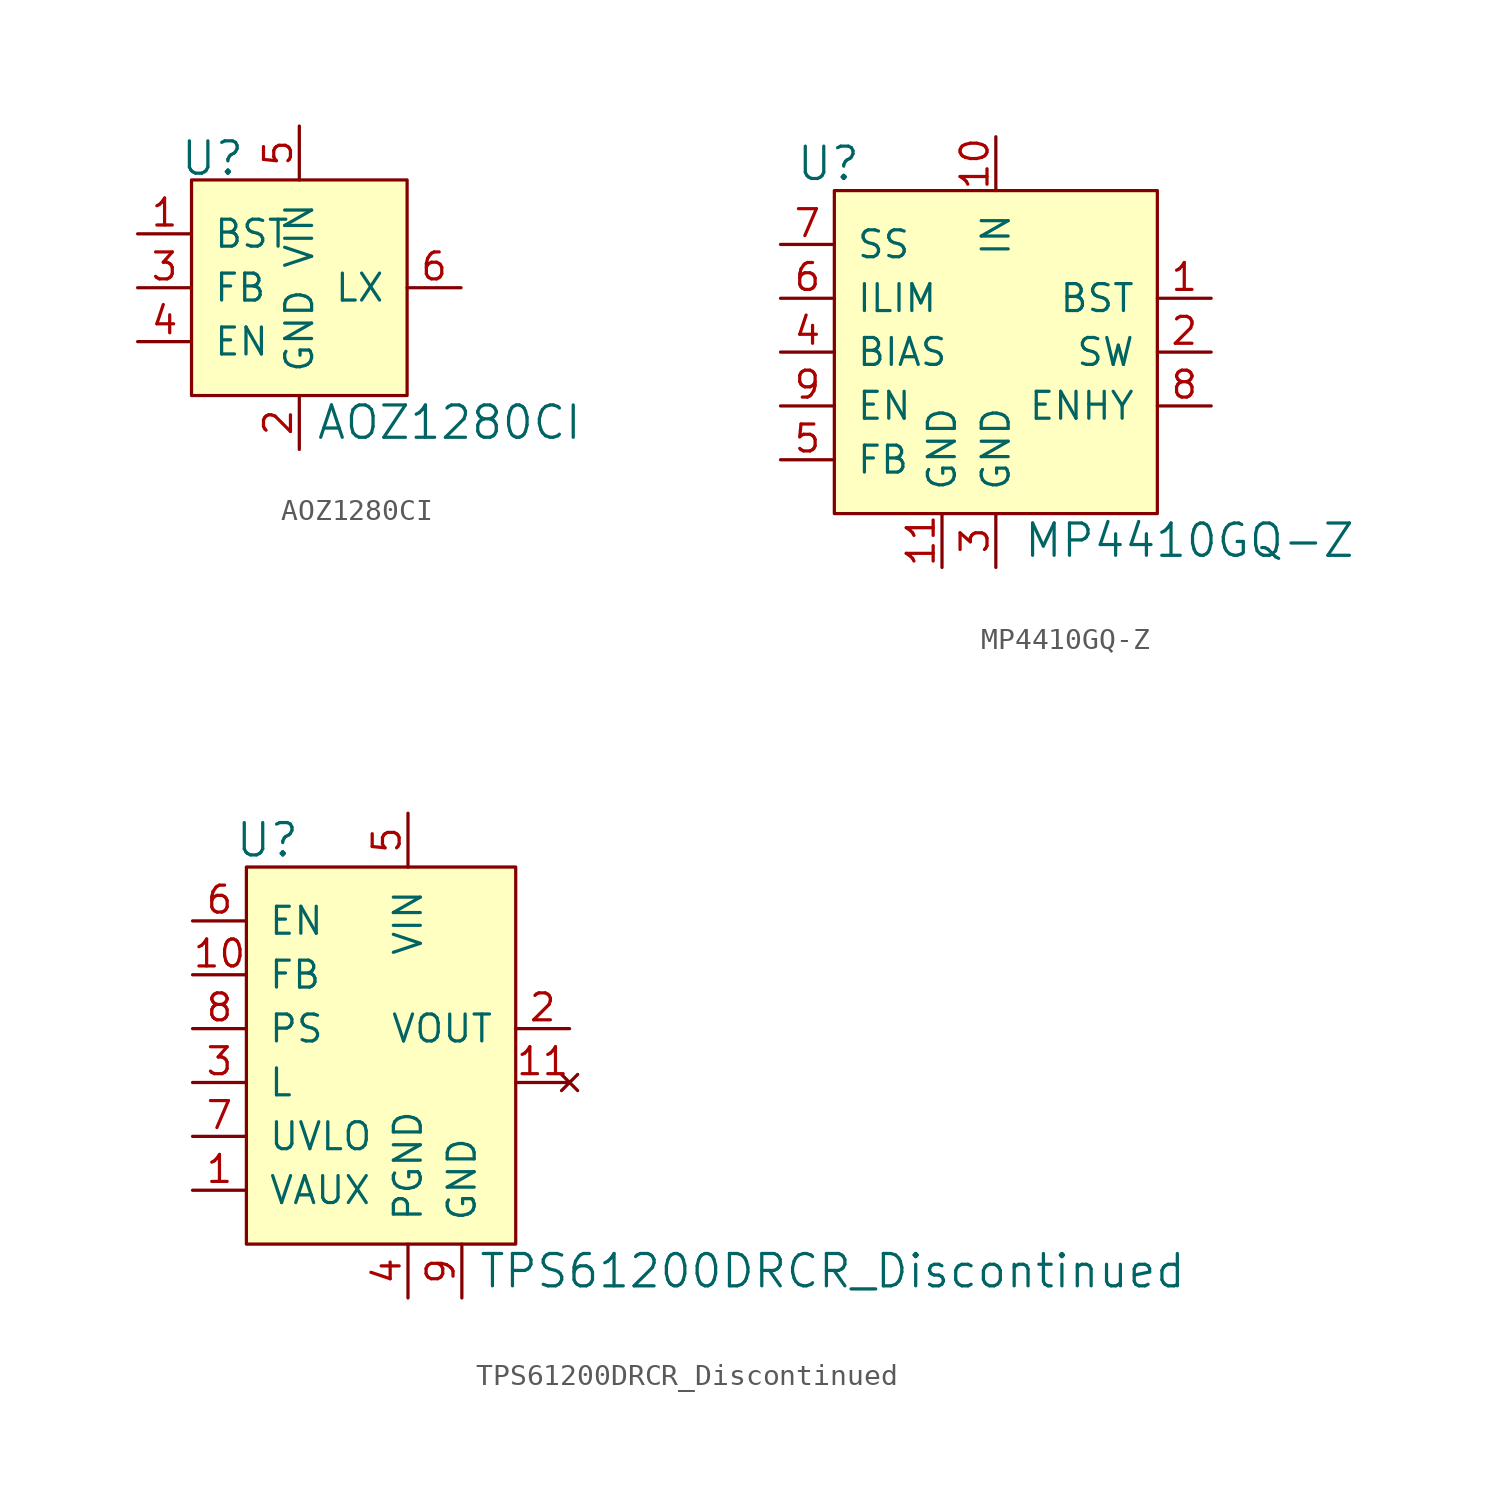
<source format=kicad_sym>
(kicad_symbol_lib
  (version 20211014)
  (generator kicad_symbol_editor)
  (symbol "AOZ1280CI"
    (pin_names
      (offset 1.016))
    (property "Reference" "U"
      (at -2.54 3.556 0)
      (effects (font (size 1.524 1.524)) (justify right)))
    (property "Value" "AOZ1280CI"
      (at 0.762 -8.89 0)
      (effects (font (size 1.524 1.524)) (justify left)))
    (symbol "AOZ1280CI_0_1"
      (rectangle (start -5.08 2.54) (end 5.08 -7.62) (stroke (width 0) (type default) (color 0 0 0 0)) (fill (type background))))
    (symbol "AOZ1280CI_1_1"
      (pin passive line (at -7.62 0 0) (length 2.54) (name "BST" (effects (font (size 1.27 1.27)))) (number "1" (effects (font (size 1.27 1.27)))))
      (pin power_in line (at 0 -10.16 90) (length 2.54) (name "GND" (effects (font (size 1.27 1.27)))) (number "2" (effects (font (size 1.27 1.27)))))
      (pin passive line (at -7.62 -2.54 0) (length 2.54) (name "FB" (effects (font (size 1.27 1.27)))) (number "3" (effects (font (size 1.27 1.27)))))
      (pin input line (at -7.62 -5.08 0) (length 2.54) (name "EN" (effects (font (size 1.27 1.27)))) (number "4" (effects (font (size 1.27 1.27)))))
      (pin power_in line (at 0 5.08 270) (length 2.54) (name "VIN" (effects (font (size 1.27 1.27)))) (number "5" (effects (font (size 1.27 1.27)))))
      (pin output line (at 7.62 -2.54 180) (length 2.54) (name "LX" (effects (font (size 1.27 1.27)))) (number "6" (effects (font (size 1.27 1.27)))))))
  (symbol "MP4410GQ-Z"
    (pin_names
      (offset 1.016))
    (property "Reference" "U"
      (at -6.35 8.89 0)
      (effects (font (size 1.524 1.524)) (justify right)))
    (property "Value" "MP4410GQ-Z"
      (at 1.27 -8.89 0)
      (effects (font (size 1.524 1.524)) (justify left)))
    (symbol "MP4410GQ-Z_0_1"
      (rectangle (start -7.62 7.62) (end 7.62 -7.62) (stroke (width 0) (type default) (color 0 0 0 0)) (fill (type background)))
      (pin output line (at 10.16 2.54 180) (length 2.54) (name "BST" (effects (font (size 1.27 1.27)))) (number "1" (effects (font (size 1.27 1.27)))))
      (pin power_in line (at 0 10.16 270) (length 2.54) (name "IN" (effects (font (size 1.27 1.27)))) (number "10" (effects (font (size 1.27 1.27)))))
      (pin power_in line (at -2.54 -10.16 90) (length 2.54) (name "GND" (effects (font (size 1.27 1.27)))) (number "11" (effects (font (size 1.27 1.27)))))
      (pin output line (at 10.16 0 180) (length 2.54) (name "SW" (effects (font (size 1.27 1.27)))) (number "2" (effects (font (size 1.27 1.27)))))
      (pin power_in line (at 0 -10.16 90) (length 2.54) (name "GND" (effects (font (size 1.27 1.27)))) (number "3" (effects (font (size 1.27 1.27)))))
      (pin input line (at -10.16 0 0) (length 2.54) (name "BIAS" (effects (font (size 1.27 1.27)))) (number "4" (effects (font (size 1.27 1.27)))))
      (pin input line (at -10.16 -5.08 0) (length 2.54) (name "FB" (effects (font (size 1.27 1.27)))) (number "5" (effects (font (size 1.27 1.27)))))
      (pin input line (at -10.16 2.54 0) (length 2.54) (name "ILIM" (effects (font (size 1.27 1.27)))) (number "6" (effects (font (size 1.27 1.27)))))
      (pin input line (at -10.16 5.08 0) (length 2.54) (name "SS" (effects (font (size 1.27 1.27)))) (number "7" (effects (font (size 1.27 1.27)))))
      (pin output line (at 10.16 -2.54 180) (length 2.54) (name "ENHY" (effects (font (size 1.27 1.27)))) (number "8" (effects (font (size 1.27 1.27)))))
      (pin input line (at -10.16 -2.54 0) (length 2.54) (name "EN" (effects (font (size 1.27 1.27)))) (number "9" (effects (font (size 1.27 1.27)))))))
  (symbol "TPS61200DRCR_Discontinued"
    (pin_names
      (offset 1.016))
    (property "Reference" "U"
      (at -5.08 3.81 0)
      (effects (font (size 1.524 1.524)) (justify right)))
    (property "Value" "TPS61200DRCR_Discontinued"
      (at 3.302 -16.51 0)
      (effects (font (size 1.524 1.524)) (justify left)))
    (symbol "TPS61200DRCR_Discontinued_0_1"
      (rectangle (start -7.62 2.54) (end 5.08 -15.24) (stroke (width 0) (type default) (color 0 0 0 0)) (fill (type background))))
    (symbol "TPS61200DRCR_Discontinued_1_1"
      (pin bidirectional line (at -10.16 -12.7 0) (length 2.54) (name "VAUX" (effects (font (size 1.27 1.27)))) (number "1" (effects (font (size 1.27 1.27)))))
      (pin input line (at -10.16 -2.54 0) (length 2.54) (name "FB" (effects (font (size 1.27 1.27)))) (number "10" (effects (font (size 1.27 1.27)))))
      (pin no_connect line (at 7.62 -7.62 180) (length 2.54) (name "~" (effects (font (size 1.27 1.27)))) (number "11" (effects (font (size 1.27 1.27)))))
      (pin output line (at 7.62 -5.08 180) (length 2.54) (name "VOUT" (effects (font (size 1.27 1.27)))) (number "2" (effects (font (size 1.27 1.27)))))
      (pin input line (at -10.16 -7.62 0) (length 2.54) (name "L" (effects (font (size 1.27 1.27)))) (number "3" (effects (font (size 1.27 1.27)))))
      (pin power_in line (at 0 -17.78 90) (length 2.54) (name "PGND" (effects (font (size 1.27 1.27)))) (number "4" (effects (font (size 1.27 1.27)))))
      (pin power_in line (at 0 5.08 270) (length 2.54) (name "VIN" (effects (font (size 1.27 1.27)))) (number "5" (effects (font (size 1.27 1.27)))))
      (pin input line (at -10.16 0 0) (length 2.54) (name "EN" (effects (font (size 1.27 1.27)))) (number "6" (effects (font (size 1.27 1.27)))))
      (pin input line (at -10.16 -10.16 0) (length 2.54) (name "UVLO" (effects (font (size 1.27 1.27)))) (number "7" (effects (font (size 1.27 1.27)))))
      (pin input line (at -10.16 -5.08 0) (length 2.54) (name "PS" (effects (font (size 1.27 1.27)))) (number "8" (effects (font (size 1.27 1.27)))))
      (pin power_in line (at 2.54 -17.78 90) (length 2.54) (name "GND" (effects (font (size 1.27 1.27)))) (number "9" (effects (font (size 1.27 1.27))))))))
</source>
